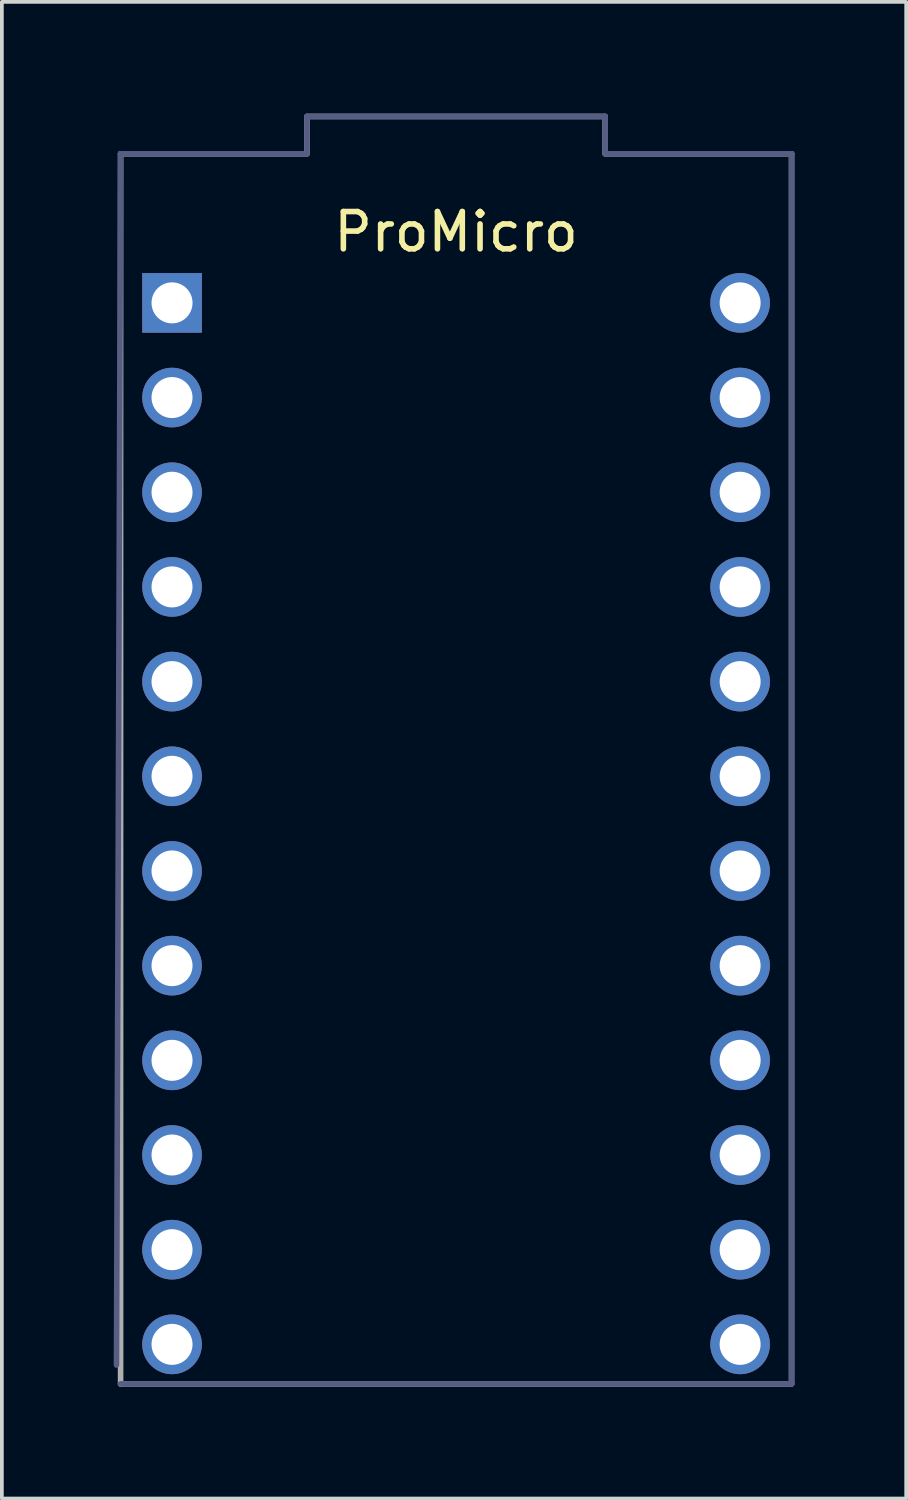
<source format=kicad_pcb>
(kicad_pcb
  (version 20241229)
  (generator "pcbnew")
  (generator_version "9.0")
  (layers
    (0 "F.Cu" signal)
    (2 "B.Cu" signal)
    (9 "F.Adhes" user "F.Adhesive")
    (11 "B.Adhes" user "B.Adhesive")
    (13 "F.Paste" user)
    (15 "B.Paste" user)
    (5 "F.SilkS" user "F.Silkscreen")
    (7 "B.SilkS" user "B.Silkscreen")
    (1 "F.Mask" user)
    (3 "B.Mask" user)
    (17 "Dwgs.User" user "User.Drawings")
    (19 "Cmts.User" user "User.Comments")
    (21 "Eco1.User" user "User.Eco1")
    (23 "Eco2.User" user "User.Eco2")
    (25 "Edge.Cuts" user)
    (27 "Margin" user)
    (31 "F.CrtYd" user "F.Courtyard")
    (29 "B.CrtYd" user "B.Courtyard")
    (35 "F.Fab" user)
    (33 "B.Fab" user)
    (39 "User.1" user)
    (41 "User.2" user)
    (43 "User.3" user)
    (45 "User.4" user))
  (footprint "ProMicro"
    (layer "F.Cu")
    (at 9.185 19.045)
    (property "Reference" "ProMicro" (at 0 -15.875 180) (layer "F.SilkS") (effects (font (size 1 1) (thickness 0.15))))
    (attr through_hole)
    (fp_line (start -9.11 14.523) (end -9 -17.97) (stroke (width 0.15) (type solid)) (layer "B.Fab"))
    (fp_line (start -9 -17.97) (end -4 -17.97) (stroke (width 0.15) (type solid)) (layer "B.Fab"))
    (fp_line (start -4 -18.97) (end 4 -18.97) (stroke (width 0.15) (type solid)) (layer "B.Fab"))
    (fp_line (start -4 -17.97) (end -4 -18.97) (stroke (width 0.15) (type solid)) (layer "B.Fab"))
    (fp_line (start 4 -18.97) (end 4 -17.97) (stroke (width 0.15) (type solid)) (layer "B.Fab"))
    (fp_line (start 4 -17.97) (end 9 -17.97) (stroke (width 0.15) (type solid)) (layer "B.Fab"))
    (fp_line (start 9 -17.97) (end 9 15.03) (stroke (width 0.15) (type solid)) (layer "B.Fab"))
    (fp_line (start 9 15.03) (end -9 15.03) (stroke (width 0.15) (type solid)) (layer "B.Fab"))
    (fp_line (start -9 -17.97) (end -9 15.03) (stroke (width 0.15) (type solid)) (layer "F.Fab"))
    (fp_line (start -9 -17.97) (end -4 -17.97) (stroke (width 0.15) (type solid)) (layer "F.Fab"))
    (fp_line (start -4 -18.97) (end 4 -18.97) (stroke (width 0.15) (type solid)) (layer "F.Fab"))
    (fp_line (start -4 -17.97) (end -4 -18.97) (stroke (width 0.15) (type solid)) (layer "F.Fab"))
    (fp_line (start 4 -18.97) (end 4 -17.97) (stroke (width 0.15) (type solid)) (layer "F.Fab"))
    (fp_line (start 4 -17.97) (end 9 -17.97) (stroke (width 0.15) (type solid)) (layer "F.Fab"))
    (fp_line (start 9 -17.97) (end 9 15.03) (stroke (width 0.15) (type solid)) (layer "F.Fab"))
    (fp_line (start 9 15.03) (end -9 15.03) (stroke (width 0.15) (type solid)) (layer "F.Fab"))
    (pad "1" thru_hole rect (at -7.62 -13.97 270) (size 1.6 1.6) (drill 1.1) (layers "*.Cu" "*.Mask"))
    (pad "2" thru_hole circle (at -7.62 -11.43 270) (size 1.6 1.6) (drill 1.1) (layers "*.Cu" "*.Mask"))
    (pad "3" thru_hole circle (at -7.62 -8.89 270) (size 1.6 1.6) (drill 1.1) (layers "*.Cu" "*.Mask"))
    (pad "4" thru_hole circle (at -7.62 -6.35 270) (size 1.6 1.6) (drill 1.1) (layers "*.Cu" "*.Mask"))
    (pad "5" thru_hole circle (at -7.62 -3.81 270) (size 1.6 1.6) (drill 1.1) (layers "*.Cu" "*.Mask"))
    (pad "6" thru_hole circle (at -7.62 -1.27 270) (size 1.6 1.6) (drill 1.1) (layers "*.Cu" "*.Mask"))
    (pad "7" thru_hole circle (at -7.62 1.27 270) (size 1.6 1.6) (drill 1.1) (layers "*.Cu" "*.Mask"))
    (pad "8" thru_hole circle (at -7.62 3.81 270) (size 1.6 1.6) (drill 1.1) (layers "*.Cu" "*.Mask"))
    (pad "9" thru_hole circle (at -7.62 6.35 270) (size 1.6 1.6) (drill 1.1) (layers "*.Cu" "*.Mask"))
    (pad "10" thru_hole circle (at -7.62 8.89 270) (size 1.6 1.6) (drill 1.1) (layers "*.Cu" "*.Mask"))
    (pad "11" thru_hole circle (at -7.62 11.43 270) (size 1.6 1.6) (drill 1.1) (layers "*.Cu" "*.Mask"))
    (pad "12" thru_hole circle (at -7.62 13.97 270) (size 1.6 1.6) (drill 1.1) (layers "*.Cu" "*.Mask"))
    (pad "13" thru_hole circle (at 7.62 13.97 270) (size 1.6 1.6) (drill 1.1) (layers "*.Cu" "*.Mask"))
    (pad "14" thru_hole circle (at 7.62 11.43 270) (size 1.6 1.6) (drill 1.1) (layers "*.Cu" "*.Mask"))
    (pad "15" thru_hole circle (at 7.62 8.89 270) (size 1.6 1.6) (drill 1.1) (layers "*.Cu" "*.Mask"))
    (pad "16" thru_hole circle (at 7.62 6.35 270) (size 1.6 1.6) (drill 1.1) (layers "*.Cu" "*.Mask"))
    (pad "17" thru_hole circle (at 7.62 3.81 270) (size 1.6 1.6) (drill 1.1) (layers "*.Cu" "*.Mask"))
    (pad "18" thru_hole circle (at 7.62 1.27 270) (size 1.6 1.6) (drill 1.1) (layers "*.Cu" "*.Mask"))
    (pad "19" thru_hole circle (at 7.62 -1.27 270) (size 1.6 1.6) (drill 1.1) (layers "*.Cu" "*.Mask"))
    (pad "20" thru_hole circle (at 7.62 -3.81 270) (size 1.6 1.6) (drill 1.1) (layers "*.Cu" "*.Mask"))
    (pad "21" thru_hole circle (at 7.62 -6.35 270) (size 1.6 1.6) (drill 1.1) (layers "*.Cu" "*.Mask"))
    (pad "22" thru_hole circle (at 7.62 -8.89 270) (size 1.6 1.6) (drill 1.1) (layers "*.Cu" "*.Mask"))
    (pad "23" thru_hole circle (at 7.62 -11.43 270) (size 1.6 1.6) (drill 1.1) (layers "*.Cu" "*.Mask"))
    (pad "24" thru_hole circle (at 7.62 -13.97 270) (size 1.6 1.6) (drill 1.1) (layers "*.Cu" "*.Mask")))
  (gr_rect
    (start -3 -3)
    (end 21.26 37.15)
    (stroke (width 0.1) (type default))
    (fill no)
    (layer "Edge.Cuts")))
</source>
